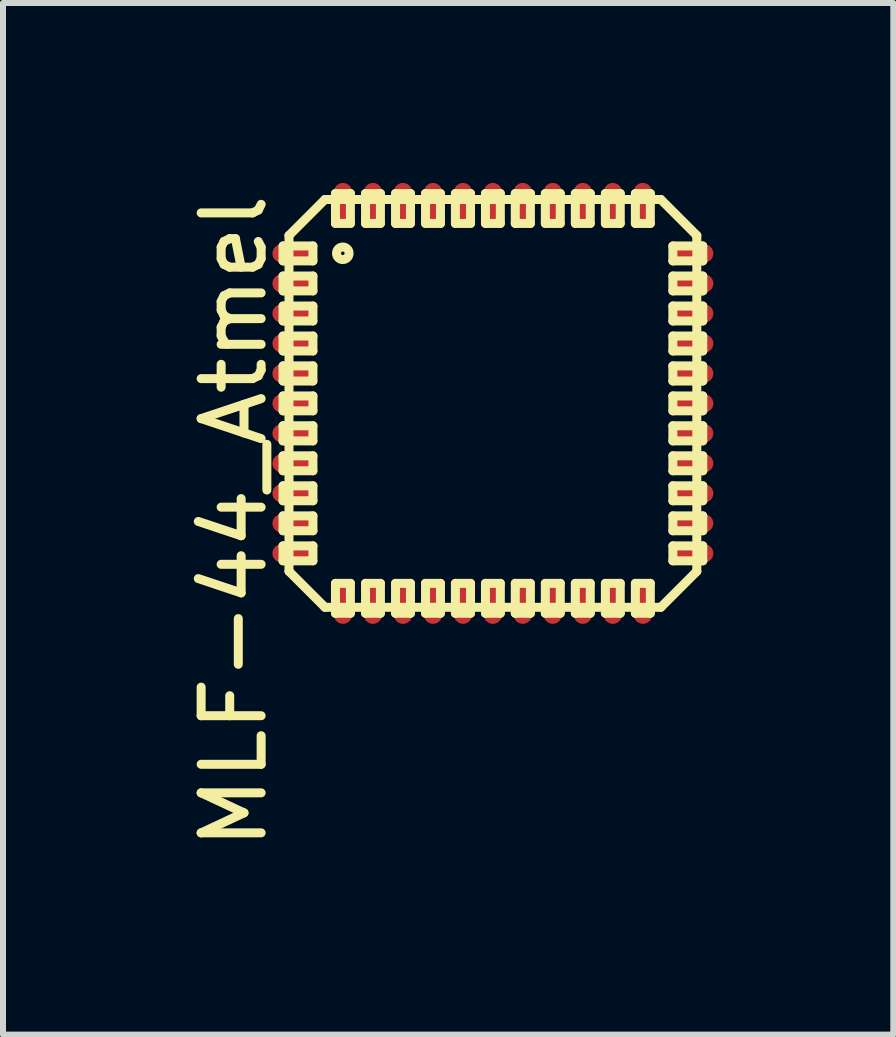
<source format=kicad_pcb>
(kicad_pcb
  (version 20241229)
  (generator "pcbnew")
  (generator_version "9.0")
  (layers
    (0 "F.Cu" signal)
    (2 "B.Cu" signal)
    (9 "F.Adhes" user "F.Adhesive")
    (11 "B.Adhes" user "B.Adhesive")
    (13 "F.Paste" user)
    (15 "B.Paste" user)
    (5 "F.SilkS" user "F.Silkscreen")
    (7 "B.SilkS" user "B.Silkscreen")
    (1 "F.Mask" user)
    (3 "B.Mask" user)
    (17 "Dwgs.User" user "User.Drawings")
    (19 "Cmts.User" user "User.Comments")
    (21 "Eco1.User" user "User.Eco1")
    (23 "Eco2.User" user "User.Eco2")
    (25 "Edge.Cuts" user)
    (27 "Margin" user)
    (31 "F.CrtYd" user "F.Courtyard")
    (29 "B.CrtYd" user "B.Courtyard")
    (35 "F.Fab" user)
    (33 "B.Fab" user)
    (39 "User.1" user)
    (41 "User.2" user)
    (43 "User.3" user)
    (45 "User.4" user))
  (footprint "MLF-44_Atmel"
    (layer "F.Cu")
    (at 5.166 3.674)
    (property "Reference" "MLF-44_Atmel" (at -4.318 1.968 90) (layer "F.SilkS") (effects (font (size 1 1) (thickness 0.15))))
    (attr smd)
    (fp_line (start -3.498 -2.624) (end -3 -2.624) (stroke (width 0.15) (type solid)) (layer "F.SilkS"))
    (fp_line (start -3.498 -2.375) (end -3.498 -2.624) (stroke (width 0.15) (type solid)) (layer "F.SilkS"))
    (fp_line (start -3.498 -2.375) (end -3 -2.375) (stroke (width 0.15) (type solid)) (layer "F.SilkS"))
    (fp_line (start -3.498 -2.123) (end -3 -2.123) (stroke (width 0.15) (type solid)) (layer "F.SilkS"))
    (fp_line (start -3.498 -1.875) (end -3.498 -2.123) (stroke (width 0.15) (type solid)) (layer "F.SilkS"))
    (fp_line (start -3.498 -1.875) (end -3 -1.875) (stroke (width 0.15) (type solid)) (layer "F.SilkS"))
    (fp_line (start -3.498 -1.623) (end -3 -1.623) (stroke (width 0.15) (type solid)) (layer "F.SilkS"))
    (fp_line (start -3.498 -1.374) (end -3.498 -1.623) (stroke (width 0.15) (type solid)) (layer "F.SilkS"))
    (fp_line (start -3.498 -1.374) (end -3 -1.374) (stroke (width 0.15) (type solid)) (layer "F.SilkS"))
    (fp_line (start -3.498 -1.123) (end -3 -1.123) (stroke (width 0.15) (type solid)) (layer "F.SilkS"))
    (fp_line (start -3.498 -0.874) (end -3.498 -1.123) (stroke (width 0.15) (type solid)) (layer "F.SilkS"))
    (fp_line (start -3.498 -0.874) (end -3 -0.874) (stroke (width 0.15) (type solid)) (layer "F.SilkS"))
    (fp_line (start -3.498 -0.625) (end -3 -0.625) (stroke (width 0.15) (type solid)) (layer "F.SilkS"))
    (fp_line (start -3.498 -0.373) (end -3.498 -0.625) (stroke (width 0.15) (type solid)) (layer "F.SilkS"))
    (fp_line (start -3.498 -0.373) (end -3 -0.373) (stroke (width 0.15) (type solid)) (layer "F.SilkS"))
    (fp_line (start -3.498 -0.124) (end -3 -0.124) (stroke (width 0.15) (type solid)) (layer "F.SilkS"))
    (fp_line (start -3.498 0.124) (end -3.498 -0.124) (stroke (width 0.15) (type solid)) (layer "F.SilkS"))
    (fp_line (start -3.498 0.124) (end -3 0.124) (stroke (width 0.15) (type solid)) (layer "F.SilkS"))
    (fp_line (start -3.498 0.373) (end -3 0.373) (stroke (width 0.15) (type solid)) (layer "F.SilkS"))
    (fp_line (start -3.498 0.625) (end -3.498 0.373) (stroke (width 0.15) (type solid)) (layer "F.SilkS"))
    (fp_line (start -3.498 0.625) (end -3 0.625) (stroke (width 0.15) (type solid)) (layer "F.SilkS"))
    (fp_line (start -3.498 0.874) (end -3 0.874) (stroke (width 0.15) (type solid)) (layer "F.SilkS"))
    (fp_line (start -3.498 1.123) (end -3.498 0.874) (stroke (width 0.15) (type solid)) (layer "F.SilkS"))
    (fp_line (start -3.498 1.123) (end -3 1.123) (stroke (width 0.15) (type solid)) (layer "F.SilkS"))
    (fp_line (start -3.498 1.374) (end -3 1.374) (stroke (width 0.15) (type solid)) (layer "F.SilkS"))
    (fp_line (start -3.498 1.623) (end -3.498 1.374) (stroke (width 0.15) (type solid)) (layer "F.SilkS"))
    (fp_line (start -3.498 1.623) (end -3 1.623) (stroke (width 0.15) (type solid)) (layer "F.SilkS"))
    (fp_line (start -3.498 1.875) (end -3 1.875) (stroke (width 0.15) (type solid)) (layer "F.SilkS"))
    (fp_line (start -3.498 2.123) (end -3.498 1.875) (stroke (width 0.15) (type solid)) (layer "F.SilkS"))
    (fp_line (start -3.498 2.123) (end -3 2.123) (stroke (width 0.15) (type solid)) (layer "F.SilkS"))
    (fp_line (start -3.498 2.375) (end -3 2.375) (stroke (width 0.15) (type solid)) (layer "F.SilkS"))
    (fp_line (start -3.498 2.624) (end -3.498 2.375) (stroke (width 0.15) (type solid)) (layer "F.SilkS"))
    (fp_line (start -3.498 2.624) (end -3 2.624) (stroke (width 0.15) (type solid)) (layer "F.SilkS"))
    (fp_line (start -3.399 -2.799) (end -2.799 -3.399) (stroke (width 0.15) (type solid)) (layer "F.SilkS"))
    (fp_line (start -3.399 2.799) (end -3.399 -2.799) (stroke (width 0.15) (type solid)) (layer "F.SilkS"))
    (fp_line (start -3 -2.375) (end -3 -2.624) (stroke (width 0.15) (type solid)) (layer "F.SilkS"))
    (fp_line (start -3 -1.875) (end -3 -2.123) (stroke (width 0.15) (type solid)) (layer "F.SilkS"))
    (fp_line (start -3 -1.374) (end -3 -1.623) (stroke (width 0.15) (type solid)) (layer "F.SilkS"))
    (fp_line (start -3 -0.874) (end -3 -1.123) (stroke (width 0.15) (type solid)) (layer "F.SilkS"))
    (fp_line (start -3 -0.373) (end -3 -0.625) (stroke (width 0.15) (type solid)) (layer "F.SilkS"))
    (fp_line (start -3 0.124) (end -3 -0.124) (stroke (width 0.15) (type solid)) (layer "F.SilkS"))
    (fp_line (start -3 0.625) (end -3 0.373) (stroke (width 0.15) (type solid)) (layer "F.SilkS"))
    (fp_line (start -3 1.123) (end -3 0.874) (stroke (width 0.15) (type solid)) (layer "F.SilkS"))
    (fp_line (start -3 1.623) (end -3 1.374) (stroke (width 0.15) (type solid)) (layer "F.SilkS"))
    (fp_line (start -3 2.123) (end -3 1.875) (stroke (width 0.15) (type solid)) (layer "F.SilkS"))
    (fp_line (start -3 2.624) (end -3 2.375) (stroke (width 0.15) (type solid)) (layer "F.SilkS"))
    (fp_line (start -2.799 -3.399) (end 2.799 -3.399) (stroke (width 0.15) (type solid)) (layer "F.SilkS"))
    (fp_line (start -2.799 3.399) (end -3.399 2.799) (stroke (width 0.15) (type solid)) (layer "F.SilkS"))
    (fp_line (start -2.624 -3.498) (end -2.375 -3.498) (stroke (width 0.15) (type solid)) (layer "F.SilkS"))
    (fp_line (start -2.624 -3) (end -2.624 -3.498) (stroke (width 0.15) (type solid)) (layer "F.SilkS"))
    (fp_line (start -2.624 -3) (end -2.375 -3) (stroke (width 0.15) (type solid)) (layer "F.SilkS"))
    (fp_line (start -2.624 3) (end -2.375 3) (stroke (width 0.15) (type solid)) (layer "F.SilkS"))
    (fp_line (start -2.624 3.498) (end -2.624 3) (stroke (width 0.15) (type solid)) (layer "F.SilkS"))
    (fp_line (start -2.624 3.498) (end -2.375 3.498) (stroke (width 0.15) (type solid)) (layer "F.SilkS"))
    (fp_line (start -2.375 -3) (end -2.375 -3.498) (stroke (width 0.15) (type solid)) (layer "F.SilkS"))
    (fp_line (start -2.375 3.498) (end -2.375 3) (stroke (width 0.15) (type solid)) (layer "F.SilkS"))
    (fp_line (start -2.123 -3.498) (end -1.875 -3.498) (stroke (width 0.15) (type solid)) (layer "F.SilkS"))
    (fp_line (start -2.123 -3) (end -2.123 -3.498) (stroke (width 0.15) (type solid)) (layer "F.SilkS"))
    (fp_line (start -2.123 -3) (end -1.875 -3) (stroke (width 0.15) (type solid)) (layer "F.SilkS"))
    (fp_line (start -2.123 3) (end -1.875 3) (stroke (width 0.15) (type solid)) (layer "F.SilkS"))
    (fp_line (start -2.123 3.498) (end -2.123 3) (stroke (width 0.15) (type solid)) (layer "F.SilkS"))
    (fp_line (start -2.123 3.498) (end -1.875 3.498) (stroke (width 0.15) (type solid)) (layer "F.SilkS"))
    (fp_line (start -1.875 -3) (end -1.875 -3.498) (stroke (width 0.15) (type solid)) (layer "F.SilkS"))
    (fp_line (start -1.875 3.498) (end -1.875 3) (stroke (width 0.15) (type solid)) (layer "F.SilkS"))
    (fp_line (start -1.623 -3.498) (end -1.374 -3.498) (stroke (width 0.15) (type solid)) (layer "F.SilkS"))
    (fp_line (start -1.623 -3) (end -1.623 -3.498) (stroke (width 0.15) (type solid)) (layer "F.SilkS"))
    (fp_line (start -1.623 -3) (end -1.374 -3) (stroke (width 0.15) (type solid)) (layer "F.SilkS"))
    (fp_line (start -1.623 3) (end -1.374 3) (stroke (width 0.15) (type solid)) (layer "F.SilkS"))
    (fp_line (start -1.623 3.498) (end -1.623 3) (stroke (width 0.15) (type solid)) (layer "F.SilkS"))
    (fp_line (start -1.623 3.498) (end -1.374 3.498) (stroke (width 0.15) (type solid)) (layer "F.SilkS"))
    (fp_line (start -1.374 -3) (end -1.374 -3.498) (stroke (width 0.15) (type solid)) (layer "F.SilkS"))
    (fp_line (start -1.374 3.498) (end -1.374 3) (stroke (width 0.15) (type solid)) (layer "F.SilkS"))
    (fp_line (start -1.123 -3.498) (end -0.874 -3.498) (stroke (width 0.15) (type solid)) (layer "F.SilkS"))
    (fp_line (start -1.123 -3) (end -1.123 -3.498) (stroke (width 0.15) (type solid)) (layer "F.SilkS"))
    (fp_line (start -1.123 -3) (end -0.874 -3) (stroke (width 0.15) (type solid)) (layer "F.SilkS"))
    (fp_line (start -1.123 3) (end -0.874 3) (stroke (width 0.15) (type solid)) (layer "F.SilkS"))
    (fp_line (start -1.123 3.498) (end -1.123 3) (stroke (width 0.15) (type solid)) (layer "F.SilkS"))
    (fp_line (start -1.123 3.498) (end -0.874 3.498) (stroke (width 0.15) (type solid)) (layer "F.SilkS"))
    (fp_line (start -0.874 -3) (end -0.874 -3.498) (stroke (width 0.15) (type solid)) (layer "F.SilkS"))
    (fp_line (start -0.874 3.498) (end -0.874 3) (stroke (width 0.15) (type solid)) (layer "F.SilkS"))
    (fp_line (start -0.625 -3.498) (end -0.373 -3.498) (stroke (width 0.15) (type solid)) (layer "F.SilkS"))
    (fp_line (start -0.625 -3) (end -0.625 -3.498) (stroke (width 0.15) (type solid)) (layer "F.SilkS"))
    (fp_line (start -0.625 -3) (end -0.373 -3) (stroke (width 0.15) (type solid)) (layer "F.SilkS"))
    (fp_line (start -0.625 3) (end -0.373 3) (stroke (width 0.15) (type solid)) (layer "F.SilkS"))
    (fp_line (start -0.625 3.498) (end -0.625 3) (stroke (width 0.15) (type solid)) (layer "F.SilkS"))
    (fp_line (start -0.625 3.498) (end -0.373 3.498) (stroke (width 0.15) (type solid)) (layer "F.SilkS"))
    (fp_line (start -0.373 -3) (end -0.373 -3.498) (stroke (width 0.15) (type solid)) (layer "F.SilkS"))
    (fp_line (start -0.373 3.498) (end -0.373 3) (stroke (width 0.15) (type solid)) (layer "F.SilkS"))
    (fp_line (start -0.124 -3.498) (end 0.124 -3.498) (stroke (width 0.15) (type solid)) (layer "F.SilkS"))
    (fp_line (start -0.124 -3) (end -0.124 -3.498) (stroke (width 0.15) (type solid)) (layer "F.SilkS"))
    (fp_line (start -0.124 -3) (end 0.124 -3) (stroke (width 0.15) (type solid)) (layer "F.SilkS"))
    (fp_line (start -0.124 3) (end 0.124 3) (stroke (width 0.15) (type solid)) (layer "F.SilkS"))
    (fp_line (start -0.124 3.498) (end -0.124 3) (stroke (width 0.15) (type solid)) (layer "F.SilkS"))
    (fp_line (start -0.124 3.498) (end 0.124 3.498) (stroke (width 0.15) (type solid)) (layer "F.SilkS"))
    (fp_line (start 0.124 -3) (end 0.124 -3.498) (stroke (width 0.15) (type solid)) (layer "F.SilkS"))
    (fp_line (start 0.124 3.498) (end 0.124 3) (stroke (width 0.15) (type solid)) (layer "F.SilkS"))
    (fp_line (start 0.373 -3.498) (end 0.625 -3.498) (stroke (width 0.15) (type solid)) (layer "F.SilkS"))
    (fp_line (start 0.373 -3) (end 0.373 -3.498) (stroke (width 0.15) (type solid)) (layer "F.SilkS"))
    (fp_line (start 0.373 -3) (end 0.625 -3) (stroke (width 0.15) (type solid)) (layer "F.SilkS"))
    (fp_line (start 0.373 3) (end 0.625 3) (stroke (width 0.15) (type solid)) (layer "F.SilkS"))
    (fp_line (start 0.373 3.498) (end 0.373 3) (stroke (width 0.15) (type solid)) (layer "F.SilkS"))
    (fp_line (start 0.373 3.498) (end 0.625 3.498) (stroke (width 0.15) (type solid)) (layer "F.SilkS"))
    (fp_line (start 0.625 -3) (end 0.625 -3.498) (stroke (width 0.15) (type solid)) (layer "F.SilkS"))
    (fp_line (start 0.625 3.498) (end 0.625 3) (stroke (width 0.15) (type solid)) (layer "F.SilkS"))
    (fp_line (start 0.874 -3.498) (end 1.123 -3.498) (stroke (width 0.15) (type solid)) (layer "F.SilkS"))
    (fp_line (start 0.874 -3) (end 0.874 -3.498) (stroke (width 0.15) (type solid)) (layer "F.SilkS"))
    (fp_line (start 0.874 -3) (end 1.123 -3) (stroke (width 0.15) (type solid)) (layer "F.SilkS"))
    (fp_line (start 0.874 3) (end 1.123 3) (stroke (width 0.15) (type solid)) (layer "F.SilkS"))
    (fp_line (start 0.874 3.498) (end 0.874 3) (stroke (width 0.15) (type solid)) (layer "F.SilkS"))
    (fp_line (start 0.874 3.498) (end 1.123 3.498) (stroke (width 0.15) (type solid)) (layer "F.SilkS"))
    (fp_line (start 1.123 -3) (end 1.123 -3.498) (stroke (width 0.15) (type solid)) (layer "F.SilkS"))
    (fp_line (start 1.123 3.498) (end 1.123 3) (stroke (width 0.15) (type solid)) (layer "F.SilkS"))
    (fp_line (start 1.374 -3.498) (end 1.623 -3.498) (stroke (width 0.15) (type solid)) (layer "F.SilkS"))
    (fp_line (start 1.374 -3) (end 1.374 -3.498) (stroke (width 0.15) (type solid)) (layer "F.SilkS"))
    (fp_line (start 1.374 -3) (end 1.623 -3) (stroke (width 0.15) (type solid)) (layer "F.SilkS"))
    (fp_line (start 1.374 3) (end 1.623 3) (stroke (width 0.15) (type solid)) (layer "F.SilkS"))
    (fp_line (start 1.374 3.498) (end 1.374 3) (stroke (width 0.15) (type solid)) (layer "F.SilkS"))
    (fp_line (start 1.374 3.498) (end 1.623 3.498) (stroke (width 0.15) (type solid)) (layer "F.SilkS"))
    (fp_line (start 1.623 -3) (end 1.623 -3.498) (stroke (width 0.15) (type solid)) (layer "F.SilkS"))
    (fp_line (start 1.623 3.498) (end 1.623 3) (stroke (width 0.15) (type solid)) (layer "F.SilkS"))
    (fp_line (start 1.875 -3.498) (end 2.123 -3.498) (stroke (width 0.15) (type solid)) (layer "F.SilkS"))
    (fp_line (start 1.875 -3) (end 1.875 -3.498) (stroke (width 0.15) (type solid)) (layer "F.SilkS"))
    (fp_line (start 1.875 -3) (end 2.123 -3) (stroke (width 0.15) (type solid)) (layer "F.SilkS"))
    (fp_line (start 1.875 3) (end 2.123 3) (stroke (width 0.15) (type solid)) (layer "F.SilkS"))
    (fp_line (start 1.875 3.498) (end 1.875 3) (stroke (width 0.15) (type solid)) (layer "F.SilkS"))
    (fp_line (start 1.875 3.498) (end 2.123 3.498) (stroke (width 0.15) (type solid)) (layer "F.SilkS"))
    (fp_line (start 2.123 -3) (end 2.123 -3.498) (stroke (width 0.15) (type solid)) (layer "F.SilkS"))
    (fp_line (start 2.123 3.498) (end 2.123 3) (stroke (width 0.15) (type solid)) (layer "F.SilkS"))
    (fp_line (start 2.375 -3.498) (end 2.624 -3.498) (stroke (width 0.15) (type solid)) (layer "F.SilkS"))
    (fp_line (start 2.375 -3) (end 2.375 -3.498) (stroke (width 0.15) (type solid)) (layer "F.SilkS"))
    (fp_line (start 2.375 -3) (end 2.624 -3) (stroke (width 0.15) (type solid)) (layer "F.SilkS"))
    (fp_line (start 2.375 3) (end 2.624 3) (stroke (width 0.15) (type solid)) (layer "F.SilkS"))
    (fp_line (start 2.375 3.498) (end 2.375 3) (stroke (width 0.15) (type solid)) (layer "F.SilkS"))
    (fp_line (start 2.375 3.498) (end 2.624 3.498) (stroke (width 0.15) (type solid)) (layer "F.SilkS"))
    (fp_line (start 2.624 -3) (end 2.624 -3.498) (stroke (width 0.15) (type solid)) (layer "F.SilkS"))
    (fp_line (start 2.624 3.498) (end 2.624 3) (stroke (width 0.15) (type solid)) (layer "F.SilkS"))
    (fp_line (start 2.799 -3.399) (end 3.399 -2.799) (stroke (width 0.15) (type solid)) (layer "F.SilkS"))
    (fp_line (start 2.799 3.399) (end -2.799 3.399) (stroke (width 0.15) (type solid)) (layer "F.SilkS"))
    (fp_line (start 3 -2.624) (end 3.498 -2.624) (stroke (width 0.15) (type solid)) (layer "F.SilkS"))
    (fp_line (start 3 -2.375) (end 3 -2.624) (stroke (width 0.15) (type solid)) (layer "F.SilkS"))
    (fp_line (start 3 -2.375) (end 3.498 -2.375) (stroke (width 0.15) (type solid)) (layer "F.SilkS"))
    (fp_line (start 3 -2.123) (end 3.498 -2.123) (stroke (width 0.15) (type solid)) (layer "F.SilkS"))
    (fp_line (start 3 -1.875) (end 3 -2.123) (stroke (width 0.15) (type solid)) (layer "F.SilkS"))
    (fp_line (start 3 -1.875) (end 3.498 -1.875) (stroke (width 0.15) (type solid)) (layer "F.SilkS"))
    (fp_line (start 3 -1.623) (end 3.498 -1.623) (stroke (width 0.15) (type solid)) (layer "F.SilkS"))
    (fp_line (start 3 -1.374) (end 3 -1.623) (stroke (width 0.15) (type solid)) (layer "F.SilkS"))
    (fp_line (start 3 -1.374) (end 3.498 -1.374) (stroke (width 0.15) (type solid)) (layer "F.SilkS"))
    (fp_line (start 3 -1.123) (end 3.498 -1.123) (stroke (width 0.15) (type solid)) (layer "F.SilkS"))
    (fp_line (start 3 -0.874) (end 3 -1.123) (stroke (width 0.15) (type solid)) (layer "F.SilkS"))
    (fp_line (start 3 -0.874) (end 3.498 -0.874) (stroke (width 0.15) (type solid)) (layer "F.SilkS"))
    (fp_line (start 3 -0.625) (end 3.498 -0.625) (stroke (width 0.15) (type solid)) (layer "F.SilkS"))
    (fp_line (start 3 -0.373) (end 3 -0.625) (stroke (width 0.15) (type solid)) (layer "F.SilkS"))
    (fp_line (start 3 -0.373) (end 3.498 -0.373) (stroke (width 0.15) (type solid)) (layer "F.SilkS"))
    (fp_line (start 3 -0.124) (end 3.498 -0.124) (stroke (width 0.15) (type solid)) (layer "F.SilkS"))
    (fp_line (start 3 0.124) (end 3 -0.124) (stroke (width 0.15) (type solid)) (layer "F.SilkS"))
    (fp_line (start 3 0.124) (end 3.498 0.124) (stroke (width 0.15) (type solid)) (layer "F.SilkS"))
    (fp_line (start 3 0.373) (end 3.498 0.373) (stroke (width 0.15) (type solid)) (layer "F.SilkS"))
    (fp_line (start 3 0.625) (end 3 0.373) (stroke (width 0.15) (type solid)) (layer "F.SilkS"))
    (fp_line (start 3 0.625) (end 3.498 0.625) (stroke (width 0.15) (type solid)) (layer "F.SilkS"))
    (fp_line (start 3 0.874) (end 3.498 0.874) (stroke (width 0.15) (type solid)) (layer "F.SilkS"))
    (fp_line (start 3 1.123) (end 3 0.874) (stroke (width 0.15) (type solid)) (layer "F.SilkS"))
    (fp_line (start 3 1.123) (end 3.498 1.123) (stroke (width 0.15) (type solid)) (layer "F.SilkS"))
    (fp_line (start 3 1.374) (end 3.498 1.374) (stroke (width 0.15) (type solid)) (layer "F.SilkS"))
    (fp_line (start 3 1.623) (end 3 1.374) (stroke (width 0.15) (type solid)) (layer "F.SilkS"))
    (fp_line (start 3 1.623) (end 3.498 1.623) (stroke (width 0.15) (type solid)) (layer "F.SilkS"))
    (fp_line (start 3 1.875) (end 3.498 1.875) (stroke (width 0.15) (type solid)) (layer "F.SilkS"))
    (fp_line (start 3 2.123) (end 3 1.875) (stroke (width 0.15) (type solid)) (layer "F.SilkS"))
    (fp_line (start 3 2.123) (end 3.498 2.123) (stroke (width 0.15) (type solid)) (layer "F.SilkS"))
    (fp_line (start 3 2.375) (end 3.498 2.375) (stroke (width 0.15) (type solid)) (layer "F.SilkS"))
    (fp_line (start 3 2.624) (end 3 2.375) (stroke (width 0.15) (type solid)) (layer "F.SilkS"))
    (fp_line (start 3 2.624) (end 3.498 2.624) (stroke (width 0.15) (type solid)) (layer "F.SilkS"))
    (fp_line (start 3.399 -2.799) (end 3.399 2.799) (stroke (width 0.15) (type solid)) (layer "F.SilkS"))
    (fp_line (start 3.399 2.799) (end 2.799 3.399) (stroke (width 0.15) (type solid)) (layer "F.SilkS"))
    (fp_line (start 3.498 -2.375) (end 3.498 -2.624) (stroke (width 0.15) (type solid)) (layer "F.SilkS"))
    (fp_line (start 3.498 -1.875) (end 3.498 -2.123) (stroke (width 0.15) (type solid)) (layer "F.SilkS"))
    (fp_line (start 3.498 -1.374) (end 3.498 -1.623) (stroke (width 0.15) (type solid)) (layer "F.SilkS"))
    (fp_line (start 3.498 -0.874) (end 3.498 -1.123) (stroke (width 0.15) (type solid)) (layer "F.SilkS"))
    (fp_line (start 3.498 -0.373) (end 3.498 -0.625) (stroke (width 0.15) (type solid)) (layer "F.SilkS"))
    (fp_line (start 3.498 0.124) (end 3.498 -0.124) (stroke (width 0.15) (type solid)) (layer "F.SilkS"))
    (fp_line (start 3.498 0.625) (end 3.498 0.373) (stroke (width 0.15) (type solid)) (layer "F.SilkS"))
    (fp_line (start 3.498 1.123) (end 3.498 0.874) (stroke (width 0.15) (type solid)) (layer "F.SilkS"))
    (fp_line (start 3.498 1.623) (end 3.498 1.374) (stroke (width 0.15) (type solid)) (layer "F.SilkS"))
    (fp_line (start 3.498 2.123) (end 3.498 1.875) (stroke (width 0.15) (type solid)) (layer "F.SilkS"))
    (fp_line (start 3.498 2.624) (end 3.498 2.375) (stroke (width 0.15) (type solid)) (layer "F.SilkS"))
    (fp_circle (center -2.502 -2.502) (end -2.576 -2.576) (stroke (width 0.15) (type solid)) (fill no) (layer "F.SilkS"))
    (pad "1" smd oval (at -3.325 -2.499) (size 0.699 0.3) (layers "F.Cu" "F.Mask" "F.Paste"))
    (pad "2" smd oval (at -3.325 -1.999) (size 0.699 0.3) (layers "F.Cu" "F.Mask" "F.Paste"))
    (pad "3" smd oval (at -3.325 -1.499) (size 0.699 0.3) (layers "F.Cu" "F.Mask" "F.Paste"))
    (pad "4" smd oval (at -3.325 -0.998) (size 0.699 0.3) (layers "F.Cu" "F.Mask" "F.Paste"))
    (pad "5" smd oval (at -3.325 -0.498) (size 0.699 0.3) (layers "F.Cu" "F.Mask" "F.Paste"))
    (pad "6" smd oval (at -3.325 0) (size 0.699 0.3) (layers "F.Cu" "F.Mask" "F.Paste"))
    (pad "7" smd oval (at -3.325 0.498) (size 0.699 0.3) (layers "F.Cu" "F.Mask" "F.Paste"))
    (pad "8" smd oval (at -3.325 0.998) (size 0.699 0.3) (layers "F.Cu" "F.Mask" "F.Paste"))
    (pad "9" smd oval (at -3.325 1.499) (size 0.699 0.3) (layers "F.Cu" "F.Mask" "F.Paste"))
    (pad "10" smd oval (at -3.325 1.999) (size 0.699 0.3) (layers "F.Cu" "F.Mask" "F.Paste"))
    (pad "11" smd oval (at -3.325 2.499) (size 0.699 0.3) (layers "F.Cu" "F.Mask" "F.Paste"))
    (pad "12" smd oval (at -2.499 3.325) (size 0.3 0.699) (layers "F.Cu" "F.Mask" "F.Paste"))
    (pad "13" smd oval (at -1.999 3.325) (size 0.3 0.699) (layers "F.Cu" "F.Mask" "F.Paste"))
    (pad "14" smd oval (at -1.499 3.325) (size 0.3 0.699) (layers "F.Cu" "F.Mask" "F.Paste"))
    (pad "15" smd oval (at -0.998 3.325) (size 0.3 0.699) (layers "F.Cu" "F.Mask" "F.Paste"))
    (pad "16" smd oval (at -0.498 3.325) (size 0.3 0.699) (layers "F.Cu" "F.Mask" "F.Paste"))
    (pad "17" smd oval (at 0 3.325) (size 0.3 0.699) (layers "F.Cu" "F.Mask" "F.Paste"))
    (pad "18" smd oval (at 0.498 3.325) (size 0.3 0.699) (layers "F.Cu" "F.Mask" "F.Paste"))
    (pad "19" smd oval (at 0.998 3.325) (size 0.3 0.699) (layers "F.Cu" "F.Mask" "F.Paste"))
    (pad "20" smd oval (at 1.499 3.325) (size 0.3 0.699) (layers "F.Cu" "F.Mask" "F.Paste"))
    (pad "21" smd oval (at 1.999 3.325) (size 0.3 0.699) (layers "F.Cu" "F.Mask" "F.Paste"))
    (pad "22" smd oval (at 2.499 3.325) (size 0.3 0.699) (layers "F.Cu" "F.Mask" "F.Paste"))
    (pad "23" smd oval (at 3.325 2.499) (size 0.699 0.3) (layers "F.Cu" "F.Mask" "F.Paste"))
    (pad "24" smd oval (at 3.325 1.999) (size 0.699 0.3) (layers "F.Cu" "F.Mask" "F.Paste"))
    (pad "25" smd oval (at 3.325 1.499) (size 0.699 0.3) (layers "F.Cu" "F.Mask" "F.Paste"))
    (pad "26" smd oval (at 3.325 0.998) (size 0.699 0.3) (layers "F.Cu" "F.Mask" "F.Paste"))
    (pad "27" smd oval (at 3.325 0.498) (size 0.699 0.3) (layers "F.Cu" "F.Mask" "F.Paste"))
    (pad "28" smd oval (at 3.325 0) (size 0.699 0.3) (layers "F.Cu" "F.Mask" "F.Paste"))
    (pad "29" smd oval (at 3.325 -0.498) (size 0.699 0.3) (layers "F.Cu" "F.Mask" "F.Paste"))
    (pad "30" smd oval (at 3.325 -0.998) (size 0.699 0.3) (layers "F.Cu" "F.Mask" "F.Paste"))
    (pad "31" smd oval (at 3.325 -1.499) (size 0.699 0.3) (layers "F.Cu" "F.Mask" "F.Paste"))
    (pad "32" smd oval (at 3.325 -1.999) (size 0.699 0.3) (layers "F.Cu" "F.Mask" "F.Paste"))
    (pad "33" smd oval (at 3.325 -2.499) (size 0.699 0.3) (layers "F.Cu" "F.Mask" "F.Paste"))
    (pad "34" smd oval (at 2.499 -3.325) (size 0.3 0.699) (layers "F.Cu" "F.Mask" "F.Paste"))
    (pad "35" smd oval (at 1.999 -3.325) (size 0.3 0.699) (layers "F.Cu" "F.Mask" "F.Paste"))
    (pad "36" smd oval (at 1.499 -3.325) (size 0.3 0.699) (layers "F.Cu" "F.Mask" "F.Paste"))
    (pad "37" smd oval (at 0.998 -3.325) (size 0.3 0.699) (layers "F.Cu" "F.Mask" "F.Paste"))
    (pad "38" smd oval (at 0.498 -3.325) (size 0.3 0.699) (layers "F.Cu" "F.Mask" "F.Paste"))
    (pad "39" smd oval (at 0 -3.325) (size 0.3 0.699) (layers "F.Cu" "F.Mask" "F.Paste"))
    (pad "40" smd oval (at -0.498 -3.325) (size 0.3 0.699) (layers "F.Cu" "F.Mask" "F.Paste"))
    (pad "41" smd oval (at -0.998 -3.325) (size 0.3 0.699) (layers "F.Cu" "F.Mask" "F.Paste"))
    (pad "42" smd oval (at -1.499 -3.325) (size 0.3 0.699) (layers "F.Cu" "F.Mask" "F.Paste"))
    (pad "43" smd oval (at -1.999 -3.325) (size 0.3 0.699) (layers "F.Cu" "F.Mask" "F.Paste"))
    (pad "44" smd oval (at -2.499 -3.325) (size 0.3 0.699) (layers "F.Cu" "F.Mask" "F.Paste")))
  (gr_rect
    (start -3 -3)
    (end 11.84 14.196)
    (stroke (width 0.1) (type default))
    (fill no)
    (layer "Edge.Cuts")))
</source>
